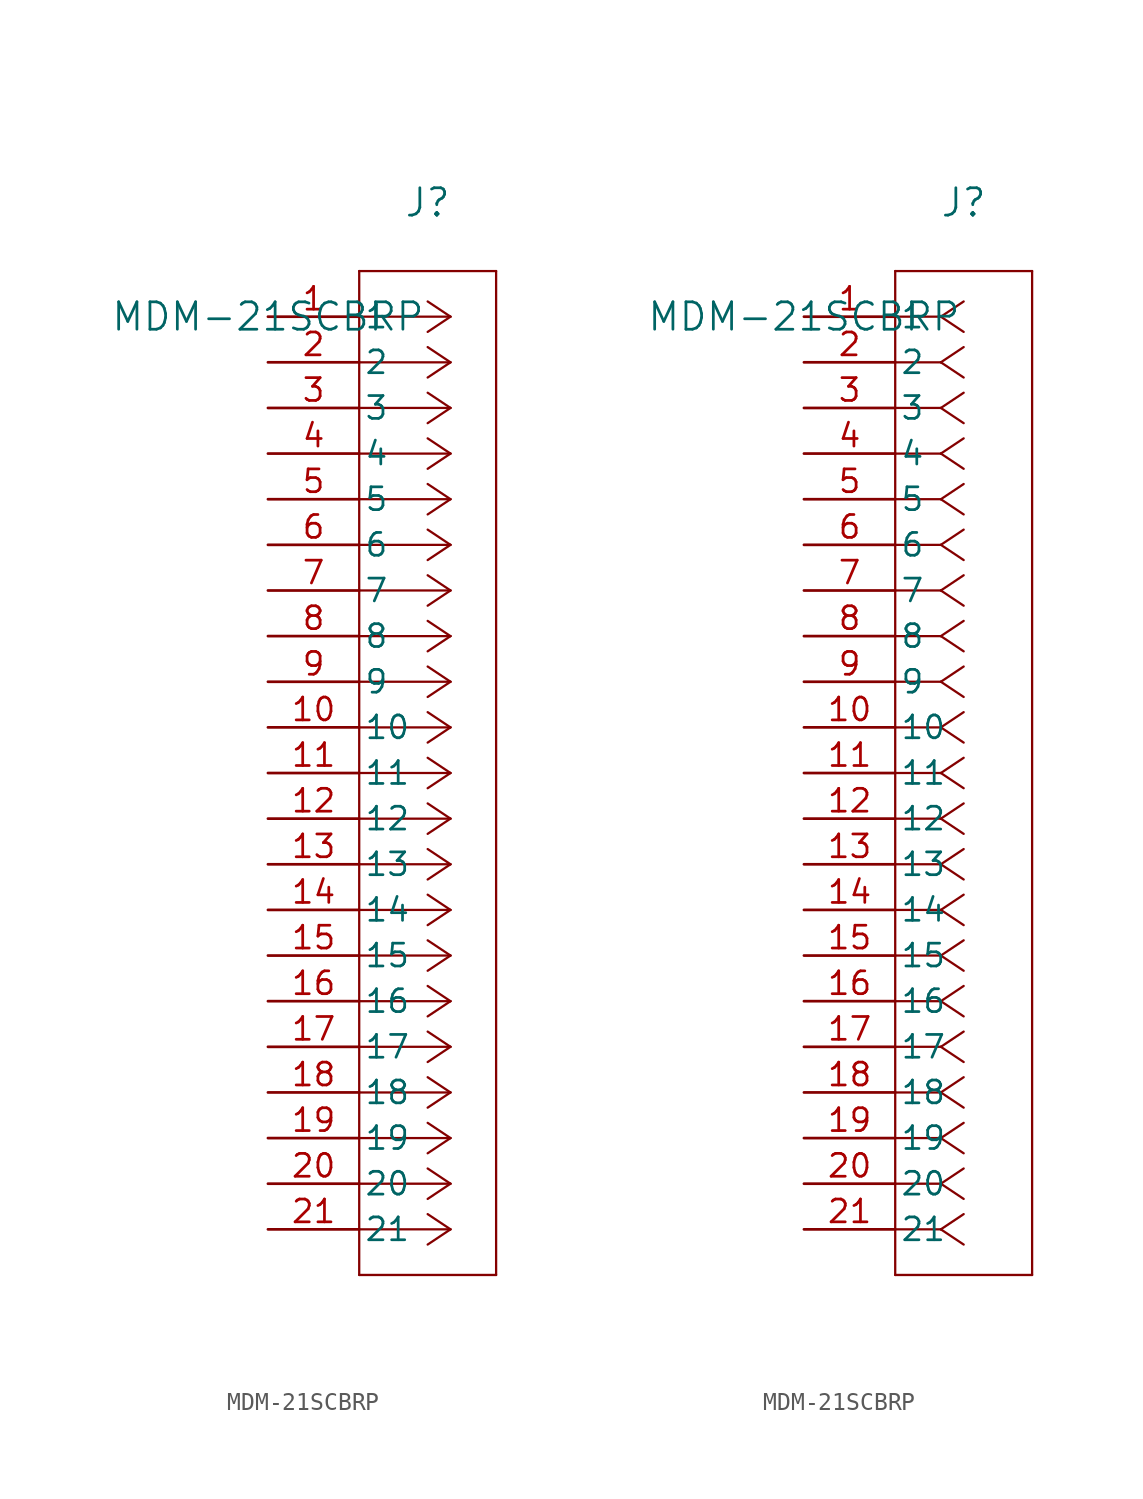
<source format=kicad_sym>
(kicad_symbol_lib
  (version 20211014)
  (generator kicad_symbol_editor)
  (symbol "MDM-21SCBRP"
    (pin_names
      (offset 0.254))
    (property "Reference" "J"
      (at 8.89 6.35 0)
      (effects (font (size 1.524 1.524))))
    (property "Value" "MDM-21SCBRP"
      (at 0 0 0)
      (effects (font (size 1.524 1.524))))
    (symbol "MDM-21SCBRP_1_1"
      (polyline (pts (xy 10.16 0) (xy 5.08 0)) (stroke (width 0.127) (type default) (color 0 0 0 0)) (fill (type none)))
      (polyline (pts (xy 10.16 -2.54) (xy 5.08 -2.54)) (stroke (width 0.127) (type default) (color 0 0 0 0)) (fill (type none)))
      (polyline (pts (xy 10.16 -5.08) (xy 5.08 -5.08)) (stroke (width 0.127) (type default) (color 0 0 0 0)) (fill (type none)))
      (polyline (pts (xy 10.16 -7.62) (xy 5.08 -7.62)) (stroke (width 0.127) (type default) (color 0 0 0 0)) (fill (type none)))
      (polyline (pts (xy 10.16 -10.16) (xy 5.08 -10.16)) (stroke (width 0.127) (type default) (color 0 0 0 0)) (fill (type none)))
      (polyline (pts (xy 10.16 -12.7) (xy 5.08 -12.7)) (stroke (width 0.127) (type default) (color 0 0 0 0)) (fill (type none)))
      (polyline (pts (xy 10.16 -15.24) (xy 5.08 -15.24)) (stroke (width 0.127) (type default) (color 0 0 0 0)) (fill (type none)))
      (polyline (pts (xy 10.16 -17.78) (xy 5.08 -17.78)) (stroke (width 0.127) (type default) (color 0 0 0 0)) (fill (type none)))
      (polyline (pts (xy 10.16 -20.32) (xy 5.08 -20.32)) (stroke (width 0.127) (type default) (color 0 0 0 0)) (fill (type none)))
      (polyline (pts (xy 10.16 -22.86) (xy 5.08 -22.86)) (stroke (width 0.127) (type default) (color 0 0 0 0)) (fill (type none)))
      (polyline (pts (xy 10.16 -25.4) (xy 5.08 -25.4)) (stroke (width 0.127) (type default) (color 0 0 0 0)) (fill (type none)))
      (polyline (pts (xy 10.16 -27.94) (xy 5.08 -27.94)) (stroke (width 0.127) (type default) (color 0 0 0 0)) (fill (type none)))
      (polyline (pts (xy 10.16 -30.48) (xy 5.08 -30.48)) (stroke (width 0.127) (type default) (color 0 0 0 0)) (fill (type none)))
      (polyline (pts (xy 10.16 -33.02) (xy 5.08 -33.02)) (stroke (width 0.127) (type default) (color 0 0 0 0)) (fill (type none)))
      (polyline (pts (xy 10.16 -35.56) (xy 5.08 -35.56)) (stroke (width 0.127) (type default) (color 0 0 0 0)) (fill (type none)))
      (polyline (pts (xy 10.16 -38.1) (xy 5.08 -38.1)) (stroke (width 0.127) (type default) (color 0 0 0 0)) (fill (type none)))
      (polyline (pts (xy 10.16 -40.64) (xy 5.08 -40.64)) (stroke (width 0.127) (type default) (color 0 0 0 0)) (fill (type none)))
      (polyline (pts (xy 10.16 -43.18) (xy 5.08 -43.18)) (stroke (width 0.127) (type default) (color 0 0 0 0)) (fill (type none)))
      (polyline (pts (xy 10.16 -45.72) (xy 5.08 -45.72)) (stroke (width 0.127) (type default) (color 0 0 0 0)) (fill (type none)))
      (polyline (pts (xy 10.16 -48.26) (xy 5.08 -48.26)) (stroke (width 0.127) (type default) (color 0 0 0 0)) (fill (type none)))
      (polyline (pts (xy 10.16 -50.8) (xy 5.08 -50.8)) (stroke (width 0.127) (type default) (color 0 0 0 0)) (fill (type none)))
      (polyline (pts (xy 10.16 0) (xy 8.89 0.847)) (stroke (width 0.127) (type default) (color 0 0 0 0)) (fill (type none)))
      (polyline (pts (xy 10.16 -2.54) (xy 8.89 -1.693)) (stroke (width 0.127) (type default) (color 0 0 0 0)) (fill (type none)))
      (polyline (pts (xy 10.16 -5.08) (xy 8.89 -4.233)) (stroke (width 0.127) (type default) (color 0 0 0 0)) (fill (type none)))
      (polyline (pts (xy 10.16 -7.62) (xy 8.89 -6.773)) (stroke (width 0.127) (type default) (color 0 0 0 0)) (fill (type none)))
      (polyline (pts (xy 10.16 -10.16) (xy 8.89 -9.313)) (stroke (width 0.127) (type default) (color 0 0 0 0)) (fill (type none)))
      (polyline (pts (xy 10.16 -12.7) (xy 8.89 -11.853)) (stroke (width 0.127) (type default) (color 0 0 0 0)) (fill (type none)))
      (polyline (pts (xy 10.16 -15.24) (xy 8.89 -14.393)) (stroke (width 0.127) (type default) (color 0 0 0 0)) (fill (type none)))
      (polyline (pts (xy 10.16 -17.78) (xy 8.89 -16.933)) (stroke (width 0.127) (type default) (color 0 0 0 0)) (fill (type none)))
      (polyline (pts (xy 10.16 -20.32) (xy 8.89 -19.473)) (stroke (width 0.127) (type default) (color 0 0 0 0)) (fill (type none)))
      (polyline (pts (xy 10.16 -22.86) (xy 8.89 -22.013)) (stroke (width 0.127) (type default) (color 0 0 0 0)) (fill (type none)))
      (polyline (pts (xy 10.16 -25.4) (xy 8.89 -24.553)) (stroke (width 0.127) (type default) (color 0 0 0 0)) (fill (type none)))
      (polyline (pts (xy 10.16 -27.94) (xy 8.89 -27.093)) (stroke (width 0.127) (type default) (color 0 0 0 0)) (fill (type none)))
      (polyline (pts (xy 10.16 -30.48) (xy 8.89 -29.633)) (stroke (width 0.127) (type default) (color 0 0 0 0)) (fill (type none)))
      (polyline (pts (xy 10.16 -33.02) (xy 8.89 -32.173)) (stroke (width 0.127) (type default) (color 0 0 0 0)) (fill (type none)))
      (polyline (pts (xy 10.16 -35.56) (xy 8.89 -34.713)) (stroke (width 0.127) (type default) (color 0 0 0 0)) (fill (type none)))
      (polyline (pts (xy 10.16 -38.1) (xy 8.89 -37.253)) (stroke (width 0.127) (type default) (color 0 0 0 0)) (fill (type none)))
      (polyline (pts (xy 10.16 -40.64) (xy 8.89 -39.793)) (stroke (width 0.127) (type default) (color 0 0 0 0)) (fill (type none)))
      (polyline (pts (xy 10.16 -43.18) (xy 8.89 -42.333)) (stroke (width 0.127) (type default) (color 0 0 0 0)) (fill (type none)))
      (polyline (pts (xy 10.16 -45.72) (xy 8.89 -44.873)) (stroke (width 0.127) (type default) (color 0 0 0 0)) (fill (type none)))
      (polyline (pts (xy 10.16 -48.26) (xy 8.89 -47.413)) (stroke (width 0.127) (type default) (color 0 0 0 0)) (fill (type none)))
      (polyline (pts (xy 10.16 -50.8) (xy 8.89 -49.953)) (stroke (width 0.127) (type default) (color 0 0 0 0)) (fill (type none)))
      (polyline (pts (xy 10.16 0) (xy 8.89 -0.847)) (stroke (width 0.127) (type default) (color 0 0 0 0)) (fill (type none)))
      (polyline (pts (xy 10.16 -2.54) (xy 8.89 -3.387)) (stroke (width 0.127) (type default) (color 0 0 0 0)) (fill (type none)))
      (polyline (pts (xy 10.16 -5.08) (xy 8.89 -5.927)) (stroke (width 0.127) (type default) (color 0 0 0 0)) (fill (type none)))
      (polyline (pts (xy 10.16 -7.62) (xy 8.89 -8.467)) (stroke (width 0.127) (type default) (color 0 0 0 0)) (fill (type none)))
      (polyline (pts (xy 10.16 -10.16) (xy 8.89 -11.007)) (stroke (width 0.127) (type default) (color 0 0 0 0)) (fill (type none)))
      (polyline (pts (xy 10.16 -12.7) (xy 8.89 -13.547)) (stroke (width 0.127) (type default) (color 0 0 0 0)) (fill (type none)))
      (polyline (pts (xy 10.16 -15.24) (xy 8.89 -16.087)) (stroke (width 0.127) (type default) (color 0 0 0 0)) (fill (type none)))
      (polyline (pts (xy 10.16 -17.78) (xy 8.89 -18.627)) (stroke (width 0.127) (type default) (color 0 0 0 0)) (fill (type none)))
      (polyline (pts (xy 10.16 -20.32) (xy 8.89 -21.167)) (stroke (width 0.127) (type default) (color 0 0 0 0)) (fill (type none)))
      (polyline (pts (xy 10.16 -22.86) (xy 8.89 -23.707)) (stroke (width 0.127) (type default) (color 0 0 0 0)) (fill (type none)))
      (polyline (pts (xy 10.16 -25.4) (xy 8.89 -26.247)) (stroke (width 0.127) (type default) (color 0 0 0 0)) (fill (type none)))
      (polyline (pts (xy 10.16 -27.94) (xy 8.89 -28.787)) (stroke (width 0.127) (type default) (color 0 0 0 0)) (fill (type none)))
      (polyline (pts (xy 10.16 -30.48) (xy 8.89 -31.327)) (stroke (width 0.127) (type default) (color 0 0 0 0)) (fill (type none)))
      (polyline (pts (xy 10.16 -33.02) (xy 8.89 -33.867)) (stroke (width 0.127) (type default) (color 0 0 0 0)) (fill (type none)))
      (polyline (pts (xy 10.16 -35.56) (xy 8.89 -36.407)) (stroke (width 0.127) (type default) (color 0 0 0 0)) (fill (type none)))
      (polyline (pts (xy 10.16 -38.1) (xy 8.89 -38.947)) (stroke (width 0.127) (type default) (color 0 0 0 0)) (fill (type none)))
      (polyline (pts (xy 10.16 -40.64) (xy 8.89 -41.487)) (stroke (width 0.127) (type default) (color 0 0 0 0)) (fill (type none)))
      (polyline (pts (xy 10.16 -43.18) (xy 8.89 -44.027)) (stroke (width 0.127) (type default) (color 0 0 0 0)) (fill (type none)))
      (polyline (pts (xy 10.16 -45.72) (xy 8.89 -46.567)) (stroke (width 0.127) (type default) (color 0 0 0 0)) (fill (type none)))
      (polyline (pts (xy 10.16 -48.26) (xy 8.89 -49.107)) (stroke (width 0.127) (type default) (color 0 0 0 0)) (fill (type none)))
      (polyline (pts (xy 10.16 -50.8) (xy 8.89 -51.647)) (stroke (width 0.127) (type default) (color 0 0 0 0)) (fill (type none)))
      (polyline (pts (xy 5.08 2.54) (xy 5.08 -53.34)) (stroke (width 0.127) (type default) (color 0 0 0 0)) (fill (type none)))
      (polyline (pts (xy 5.08 -53.34) (xy 12.7 -53.34)) (stroke (width 0.127) (type default) (color 0 0 0 0)) (fill (type none)))
      (polyline (pts (xy 12.7 -53.34) (xy 12.7 2.54)) (stroke (width 0.127) (type default) (color 0 0 0 0)) (fill (type none)))
      (polyline (pts (xy 12.7 2.54) (xy 5.08 2.54)) (stroke (width 0.127) (type default) (color 0 0 0 0)) (fill (type none)))
      (pin unspecified line (at 0 0 0) (length 5.08) (name "1" (effects (font (size 1.27 1.27)))) (number "1" (effects (font (size 1.27 1.27)))))
      (pin unspecified line (at 0 -2.54 0) (length 5.08) (name "2" (effects (font (size 1.27 1.27)))) (number "2" (effects (font (size 1.27 1.27)))))
      (pin unspecified line (at 0 -5.08 0) (length 5.08) (name "3" (effects (font (size 1.27 1.27)))) (number "3" (effects (font (size 1.27 1.27)))))
      (pin unspecified line (at 0 -7.62 0) (length 5.08) (name "4" (effects (font (size 1.27 1.27)))) (number "4" (effects (font (size 1.27 1.27)))))
      (pin unspecified line (at 0 -10.16 0) (length 5.08) (name "5" (effects (font (size 1.27 1.27)))) (number "5" (effects (font (size 1.27 1.27)))))
      (pin unspecified line (at 0 -12.7 0) (length 5.08) (name "6" (effects (font (size 1.27 1.27)))) (number "6" (effects (font (size 1.27 1.27)))))
      (pin unspecified line (at 0 -15.24 0) (length 5.08) (name "7" (effects (font (size 1.27 1.27)))) (number "7" (effects (font (size 1.27 1.27)))))
      (pin unspecified line (at 0 -17.78 0) (length 5.08) (name "8" (effects (font (size 1.27 1.27)))) (number "8" (effects (font (size 1.27 1.27)))))
      (pin unspecified line (at 0 -20.32 0) (length 5.08) (name "9" (effects (font (size 1.27 1.27)))) (number "9" (effects (font (size 1.27 1.27)))))
      (pin unspecified line (at 0 -22.86 0) (length 5.08) (name "10" (effects (font (size 1.27 1.27)))) (number "10" (effects (font (size 1.27 1.27)))))
      (pin unspecified line (at 0 -25.4 0) (length 5.08) (name "11" (effects (font (size 1.27 1.27)))) (number "11" (effects (font (size 1.27 1.27)))))
      (pin unspecified line (at 0 -27.94 0) (length 5.08) (name "12" (effects (font (size 1.27 1.27)))) (number "12" (effects (font (size 1.27 1.27)))))
      (pin unspecified line (at 0 -30.48 0) (length 5.08) (name "13" (effects (font (size 1.27 1.27)))) (number "13" (effects (font (size 1.27 1.27)))))
      (pin unspecified line (at 0 -33.02 0) (length 5.08) (name "14" (effects (font (size 1.27 1.27)))) (number "14" (effects (font (size 1.27 1.27)))))
      (pin unspecified line (at 0 -35.56 0) (length 5.08) (name "15" (effects (font (size 1.27 1.27)))) (number "15" (effects (font (size 1.27 1.27)))))
      (pin unspecified line (at 0 -38.1 0) (length 5.08) (name "16" (effects (font (size 1.27 1.27)))) (number "16" (effects (font (size 1.27 1.27)))))
      (pin unspecified line (at 0 -40.64 0) (length 5.08) (name "17" (effects (font (size 1.27 1.27)))) (number "17" (effects (font (size 1.27 1.27)))))
      (pin unspecified line (at 0 -43.18 0) (length 5.08) (name "18" (effects (font (size 1.27 1.27)))) (number "18" (effects (font (size 1.27 1.27)))))
      (pin unspecified line (at 0 -45.72 0) (length 5.08) (name "19" (effects (font (size 1.27 1.27)))) (number "19" (effects (font (size 1.27 1.27)))))
      (pin unspecified line (at 0 -48.26 0) (length 5.08) (name "20" (effects (font (size 1.27 1.27)))) (number "20" (effects (font (size 1.27 1.27)))))
      (pin unspecified line (at 0 -50.8 0) (length 5.08) (name "21" (effects (font (size 1.27 1.27)))) (number "21" (effects (font (size 1.27 1.27))))))
    (symbol "MDM-21SCBRP_1_2"
      (polyline (pts (xy 7.62 0) (xy 5.08 0)) (stroke (width 0.127) (type default) (color 0 0 0 0)) (fill (type none)))
      (polyline (pts (xy 7.62 -2.54) (xy 5.08 -2.54)) (stroke (width 0.127) (type default) (color 0 0 0 0)) (fill (type none)))
      (polyline (pts (xy 7.62 -5.08) (xy 5.08 -5.08)) (stroke (width 0.127) (type default) (color 0 0 0 0)) (fill (type none)))
      (polyline (pts (xy 7.62 -7.62) (xy 5.08 -7.62)) (stroke (width 0.127) (type default) (color 0 0 0 0)) (fill (type none)))
      (polyline (pts (xy 7.62 -10.16) (xy 5.08 -10.16)) (stroke (width 0.127) (type default) (color 0 0 0 0)) (fill (type none)))
      (polyline (pts (xy 7.62 -12.7) (xy 5.08 -12.7)) (stroke (width 0.127) (type default) (color 0 0 0 0)) (fill (type none)))
      (polyline (pts (xy 7.62 -15.24) (xy 5.08 -15.24)) (stroke (width 0.127) (type default) (color 0 0 0 0)) (fill (type none)))
      (polyline (pts (xy 7.62 -17.78) (xy 5.08 -17.78)) (stroke (width 0.127) (type default) (color 0 0 0 0)) (fill (type none)))
      (polyline (pts (xy 7.62 -20.32) (xy 5.08 -20.32)) (stroke (width 0.127) (type default) (color 0 0 0 0)) (fill (type none)))
      (polyline (pts (xy 7.62 -22.86) (xy 5.08 -22.86)) (stroke (width 0.127) (type default) (color 0 0 0 0)) (fill (type none)))
      (polyline (pts (xy 7.62 -25.4) (xy 5.08 -25.4)) (stroke (width 0.127) (type default) (color 0 0 0 0)) (fill (type none)))
      (polyline (pts (xy 7.62 -27.94) (xy 5.08 -27.94)) (stroke (width 0.127) (type default) (color 0 0 0 0)) (fill (type none)))
      (polyline (pts (xy 7.62 -30.48) (xy 5.08 -30.48)) (stroke (width 0.127) (type default) (color 0 0 0 0)) (fill (type none)))
      (polyline (pts (xy 7.62 -33.02) (xy 5.08 -33.02)) (stroke (width 0.127) (type default) (color 0 0 0 0)) (fill (type none)))
      (polyline (pts (xy 7.62 -35.56) (xy 5.08 -35.56)) (stroke (width 0.127) (type default) (color 0 0 0 0)) (fill (type none)))
      (polyline (pts (xy 7.62 -38.1) (xy 5.08 -38.1)) (stroke (width 0.127) (type default) (color 0 0 0 0)) (fill (type none)))
      (polyline (pts (xy 7.62 -40.64) (xy 5.08 -40.64)) (stroke (width 0.127) (type default) (color 0 0 0 0)) (fill (type none)))
      (polyline (pts (xy 7.62 -43.18) (xy 5.08 -43.18)) (stroke (width 0.127) (type default) (color 0 0 0 0)) (fill (type none)))
      (polyline (pts (xy 7.62 -45.72) (xy 5.08 -45.72)) (stroke (width 0.127) (type default) (color 0 0 0 0)) (fill (type none)))
      (polyline (pts (xy 7.62 -48.26) (xy 5.08 -48.26)) (stroke (width 0.127) (type default) (color 0 0 0 0)) (fill (type none)))
      (polyline (pts (xy 7.62 -50.8) (xy 5.08 -50.8)) (stroke (width 0.127) (type default) (color 0 0 0 0)) (fill (type none)))
      (polyline (pts (xy 7.62 0) (xy 8.89 0.847)) (stroke (width 0.127) (type default) (color 0 0 0 0)) (fill (type none)))
      (polyline (pts (xy 7.62 -2.54) (xy 8.89 -1.693)) (stroke (width 0.127) (type default) (color 0 0 0 0)) (fill (type none)))
      (polyline (pts (xy 7.62 -5.08) (xy 8.89 -4.233)) (stroke (width 0.127) (type default) (color 0 0 0 0)) (fill (type none)))
      (polyline (pts (xy 7.62 -7.62) (xy 8.89 -6.773)) (stroke (width 0.127) (type default) (color 0 0 0 0)) (fill (type none)))
      (polyline (pts (xy 7.62 -10.16) (xy 8.89 -9.313)) (stroke (width 0.127) (type default) (color 0 0 0 0)) (fill (type none)))
      (polyline (pts (xy 7.62 -12.7) (xy 8.89 -11.853)) (stroke (width 0.127) (type default) (color 0 0 0 0)) (fill (type none)))
      (polyline (pts (xy 7.62 -15.24) (xy 8.89 -14.393)) (stroke (width 0.127) (type default) (color 0 0 0 0)) (fill (type none)))
      (polyline (pts (xy 7.62 -17.78) (xy 8.89 -16.933)) (stroke (width 0.127) (type default) (color 0 0 0 0)) (fill (type none)))
      (polyline (pts (xy 7.62 -20.32) (xy 8.89 -19.473)) (stroke (width 0.127) (type default) (color 0 0 0 0)) (fill (type none)))
      (polyline (pts (xy 7.62 -22.86) (xy 8.89 -22.013)) (stroke (width 0.127) (type default) (color 0 0 0 0)) (fill (type none)))
      (polyline (pts (xy 7.62 -25.4) (xy 8.89 -24.553)) (stroke (width 0.127) (type default) (color 0 0 0 0)) (fill (type none)))
      (polyline (pts (xy 7.62 -27.94) (xy 8.89 -27.093)) (stroke (width 0.127) (type default) (color 0 0 0 0)) (fill (type none)))
      (polyline (pts (xy 7.62 -30.48) (xy 8.89 -29.633)) (stroke (width 0.127) (type default) (color 0 0 0 0)) (fill (type none)))
      (polyline (pts (xy 7.62 -33.02) (xy 8.89 -32.173)) (stroke (width 0.127) (type default) (color 0 0 0 0)) (fill (type none)))
      (polyline (pts (xy 7.62 -35.56) (xy 8.89 -34.713)) (stroke (width 0.127) (type default) (color 0 0 0 0)) (fill (type none)))
      (polyline (pts (xy 7.62 -38.1) (xy 8.89 -37.253)) (stroke (width 0.127) (type default) (color 0 0 0 0)) (fill (type none)))
      (polyline (pts (xy 7.62 -40.64) (xy 8.89 -39.793)) (stroke (width 0.127) (type default) (color 0 0 0 0)) (fill (type none)))
      (polyline (pts (xy 7.62 -43.18) (xy 8.89 -42.333)) (stroke (width 0.127) (type default) (color 0 0 0 0)) (fill (type none)))
      (polyline (pts (xy 7.62 -45.72) (xy 8.89 -44.873)) (stroke (width 0.127) (type default) (color 0 0 0 0)) (fill (type none)))
      (polyline (pts (xy 7.62 -48.26) (xy 8.89 -47.413)) (stroke (width 0.127) (type default) (color 0 0 0 0)) (fill (type none)))
      (polyline (pts (xy 7.62 -50.8) (xy 8.89 -49.953)) (stroke (width 0.127) (type default) (color 0 0 0 0)) (fill (type none)))
      (polyline (pts (xy 7.62 0) (xy 8.89 -0.847)) (stroke (width 0.127) (type default) (color 0 0 0 0)) (fill (type none)))
      (polyline (pts (xy 7.62 -2.54) (xy 8.89 -3.387)) (stroke (width 0.127) (type default) (color 0 0 0 0)) (fill (type none)))
      (polyline (pts (xy 7.62 -5.08) (xy 8.89 -5.927)) (stroke (width 0.127) (type default) (color 0 0 0 0)) (fill (type none)))
      (polyline (pts (xy 7.62 -7.62) (xy 8.89 -8.467)) (stroke (width 0.127) (type default) (color 0 0 0 0)) (fill (type none)))
      (polyline (pts (xy 7.62 -10.16) (xy 8.89 -11.007)) (stroke (width 0.127) (type default) (color 0 0 0 0)) (fill (type none)))
      (polyline (pts (xy 7.62 -12.7) (xy 8.89 -13.547)) (stroke (width 0.127) (type default) (color 0 0 0 0)) (fill (type none)))
      (polyline (pts (xy 7.62 -15.24) (xy 8.89 -16.087)) (stroke (width 0.127) (type default) (color 0 0 0 0)) (fill (type none)))
      (polyline (pts (xy 7.62 -17.78) (xy 8.89 -18.627)) (stroke (width 0.127) (type default) (color 0 0 0 0)) (fill (type none)))
      (polyline (pts (xy 7.62 -20.32) (xy 8.89 -21.167)) (stroke (width 0.127) (type default) (color 0 0 0 0)) (fill (type none)))
      (polyline (pts (xy 7.62 -22.86) (xy 8.89 -23.707)) (stroke (width 0.127) (type default) (color 0 0 0 0)) (fill (type none)))
      (polyline (pts (xy 7.62 -25.4) (xy 8.89 -26.247)) (stroke (width 0.127) (type default) (color 0 0 0 0)) (fill (type none)))
      (polyline (pts (xy 7.62 -27.94) (xy 8.89 -28.787)) (stroke (width 0.127) (type default) (color 0 0 0 0)) (fill (type none)))
      (polyline (pts (xy 7.62 -30.48) (xy 8.89 -31.327)) (stroke (width 0.127) (type default) (color 0 0 0 0)) (fill (type none)))
      (polyline (pts (xy 7.62 -33.02) (xy 8.89 -33.867)) (stroke (width 0.127) (type default) (color 0 0 0 0)) (fill (type none)))
      (polyline (pts (xy 7.62 -35.56) (xy 8.89 -36.407)) (stroke (width 0.127) (type default) (color 0 0 0 0)) (fill (type none)))
      (polyline (pts (xy 7.62 -38.1) (xy 8.89 -38.947)) (stroke (width 0.127) (type default) (color 0 0 0 0)) (fill (type none)))
      (polyline (pts (xy 7.62 -40.64) (xy 8.89 -41.487)) (stroke (width 0.127) (type default) (color 0 0 0 0)) (fill (type none)))
      (polyline (pts (xy 7.62 -43.18) (xy 8.89 -44.027)) (stroke (width 0.127) (type default) (color 0 0 0 0)) (fill (type none)))
      (polyline (pts (xy 7.62 -45.72) (xy 8.89 -46.567)) (stroke (width 0.127) (type default) (color 0 0 0 0)) (fill (type none)))
      (polyline (pts (xy 7.62 -48.26) (xy 8.89 -49.107)) (stroke (width 0.127) (type default) (color 0 0 0 0)) (fill (type none)))
      (polyline (pts (xy 7.62 -50.8) (xy 8.89 -51.647)) (stroke (width 0.127) (type default) (color 0 0 0 0)) (fill (type none)))
      (polyline (pts (xy 5.08 2.54) (xy 5.08 -53.34)) (stroke (width 0.127) (type default) (color 0 0 0 0)) (fill (type none)))
      (polyline (pts (xy 5.08 -53.34) (xy 12.7 -53.34)) (stroke (width 0.127) (type default) (color 0 0 0 0)) (fill (type none)))
      (polyline (pts (xy 12.7 -53.34) (xy 12.7 2.54)) (stroke (width 0.127) (type default) (color 0 0 0 0)) (fill (type none)))
      (polyline (pts (xy 12.7 2.54) (xy 5.08 2.54)) (stroke (width 0.127) (type default) (color 0 0 0 0)) (fill (type none)))
      (pin unspecified line (at 0 0 0) (length 5.08) (name "1" (effects (font (size 1.27 1.27)))) (number "1" (effects (font (size 1.27 1.27)))))
      (pin unspecified line (at 0 -2.54 0) (length 5.08) (name "2" (effects (font (size 1.27 1.27)))) (number "2" (effects (font (size 1.27 1.27)))))
      (pin unspecified line (at 0 -5.08 0) (length 5.08) (name "3" (effects (font (size 1.27 1.27)))) (number "3" (effects (font (size 1.27 1.27)))))
      (pin unspecified line (at 0 -7.62 0) (length 5.08) (name "4" (effects (font (size 1.27 1.27)))) (number "4" (effects (font (size 1.27 1.27)))))
      (pin unspecified line (at 0 -10.16 0) (length 5.08) (name "5" (effects (font (size 1.27 1.27)))) (number "5" (effects (font (size 1.27 1.27)))))
      (pin unspecified line (at 0 -12.7 0) (length 5.08) (name "6" (effects (font (size 1.27 1.27)))) (number "6" (effects (font (size 1.27 1.27)))))
      (pin unspecified line (at 0 -15.24 0) (length 5.08) (name "7" (effects (font (size 1.27 1.27)))) (number "7" (effects (font (size 1.27 1.27)))))
      (pin unspecified line (at 0 -17.78 0) (length 5.08) (name "8" (effects (font (size 1.27 1.27)))) (number "8" (effects (font (size 1.27 1.27)))))
      (pin unspecified line (at 0 -20.32 0) (length 5.08) (name "9" (effects (font (size 1.27 1.27)))) (number "9" (effects (font (size 1.27 1.27)))))
      (pin unspecified line (at 0 -22.86 0) (length 5.08) (name "10" (effects (font (size 1.27 1.27)))) (number "10" (effects (font (size 1.27 1.27)))))
      (pin unspecified line (at 0 -25.4 0) (length 5.08) (name "11" (effects (font (size 1.27 1.27)))) (number "11" (effects (font (size 1.27 1.27)))))
      (pin unspecified line (at 0 -27.94 0) (length 5.08) (name "12" (effects (font (size 1.27 1.27)))) (number "12" (effects (font (size 1.27 1.27)))))
      (pin unspecified line (at 0 -30.48 0) (length 5.08) (name "13" (effects (font (size 1.27 1.27)))) (number "13" (effects (font (size 1.27 1.27)))))
      (pin unspecified line (at 0 -33.02 0) (length 5.08) (name "14" (effects (font (size 1.27 1.27)))) (number "14" (effects (font (size 1.27 1.27)))))
      (pin unspecified line (at 0 -35.56 0) (length 5.08) (name "15" (effects (font (size 1.27 1.27)))) (number "15" (effects (font (size 1.27 1.27)))))
      (pin unspecified line (at 0 -38.1 0) (length 5.08) (name "16" (effects (font (size 1.27 1.27)))) (number "16" (effects (font (size 1.27 1.27)))))
      (pin unspecified line (at 0 -40.64 0) (length 5.08) (name "17" (effects (font (size 1.27 1.27)))) (number "17" (effects (font (size 1.27 1.27)))))
      (pin unspecified line (at 0 -43.18 0) (length 5.08) (name "18" (effects (font (size 1.27 1.27)))) (number "18" (effects (font (size 1.27 1.27)))))
      (pin unspecified line (at 0 -45.72 0) (length 5.08) (name "19" (effects (font (size 1.27 1.27)))) (number "19" (effects (font (size 1.27 1.27)))))
      (pin unspecified line (at 0 -48.26 0) (length 5.08) (name "20" (effects (font (size 1.27 1.27)))) (number "20" (effects (font (size 1.27 1.27)))))
      (pin unspecified line (at 0 -50.8 0) (length 5.08) (name "21" (effects (font (size 1.27 1.27)))) (number "21" (effects (font (size 1.27 1.27))))))))
</source>
